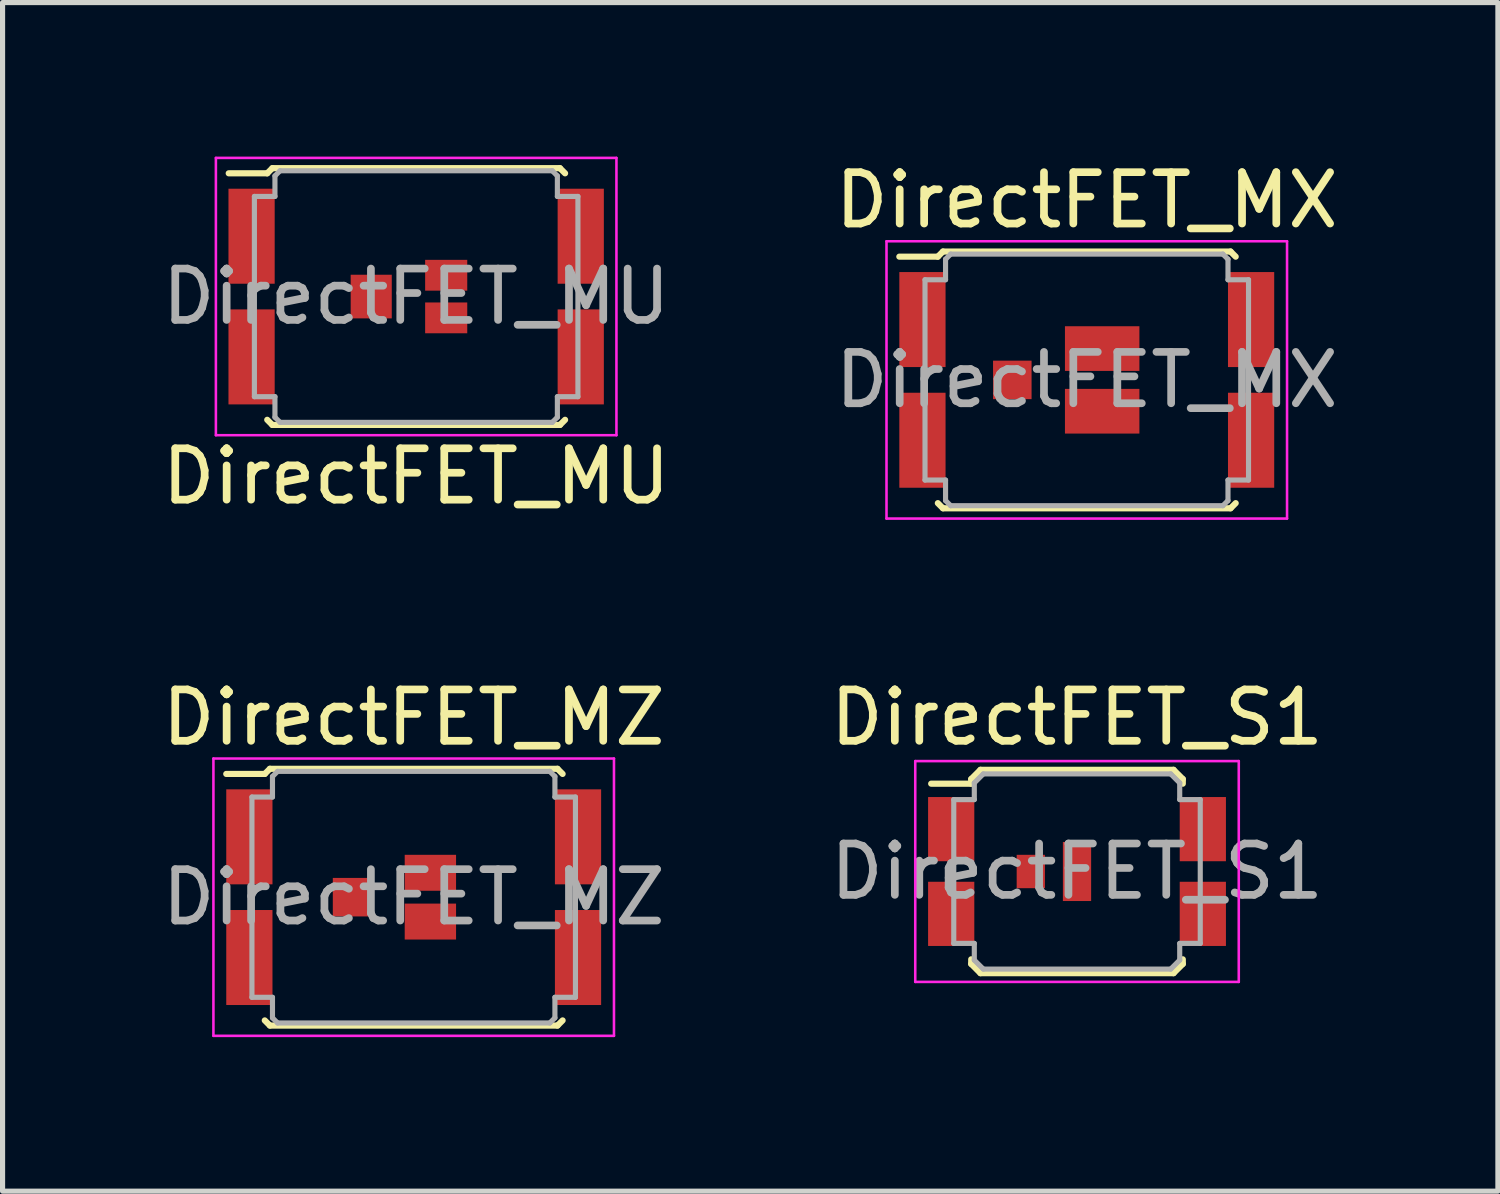
<source format=kicad_pcb>
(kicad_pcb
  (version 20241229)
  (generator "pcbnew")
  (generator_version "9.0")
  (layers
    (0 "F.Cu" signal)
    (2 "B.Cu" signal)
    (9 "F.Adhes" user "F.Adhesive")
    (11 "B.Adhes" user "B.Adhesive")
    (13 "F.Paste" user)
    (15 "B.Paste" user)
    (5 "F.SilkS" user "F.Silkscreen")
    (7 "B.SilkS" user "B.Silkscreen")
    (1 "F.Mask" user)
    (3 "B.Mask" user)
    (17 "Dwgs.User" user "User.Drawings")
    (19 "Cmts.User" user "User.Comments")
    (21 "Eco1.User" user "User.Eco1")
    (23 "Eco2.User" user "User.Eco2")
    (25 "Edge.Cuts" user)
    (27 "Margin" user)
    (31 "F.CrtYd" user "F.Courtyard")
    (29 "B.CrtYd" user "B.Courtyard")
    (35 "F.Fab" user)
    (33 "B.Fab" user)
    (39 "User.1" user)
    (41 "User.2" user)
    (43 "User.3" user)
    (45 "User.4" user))
  (footprint "DirectFET_MZ"
    (layer "F.Cu")
    (at 5.006 14.421)
    (property "Reference" "DirectFET_MZ" (at 0 -3.5 0) (layer "F.SilkS") (effects (font (size 1 1) (thickness 0.15))))
    (attr smd)
    (fp_line (start -3.65 -2.4) (end -2.9 -2.4) (stroke (width 0.12) (type solid)) (layer "F.SilkS"))
    (fp_line (start -2.9 -2.4) (end -2.8 -2.5) (stroke (width 0.12) (type solid)) (layer "F.SilkS"))
    (fp_line (start -2.8 -2.5) (end 2.8 -2.5) (stroke (width 0.12) (type solid)) (layer "F.SilkS"))
    (fp_line (start -2.8 2.5) (end -2.9 2.4) (stroke (width 0.12) (type solid)) (layer "F.SilkS"))
    (fp_line (start 2.8 -2.5) (end 2.9 -2.4) (stroke (width 0.12) (type solid)) (layer "F.SilkS"))
    (fp_line (start 2.8 2.5) (end -2.8 2.5) (stroke (width 0.12) (type solid)) (layer "F.SilkS"))
    (fp_line (start 2.9 2.4) (end 2.8 2.5) (stroke (width 0.12) (type solid)) (layer "F.SilkS"))
    (fp_line (start -3.9 -2.7) (end -3.9 2.7) (stroke (width 0.05) (type solid)) (layer "F.CrtYd"))
    (fp_line (start -3.9 2.7) (end 3.9 2.7) (stroke (width 0.05) (type solid)) (layer "F.CrtYd"))
    (fp_line (start 3.9 -2.7) (end -3.9 -2.7) (stroke (width 0.05) (type solid)) (layer "F.CrtYd"))
    (fp_line (start 3.9 2.7) (end 3.9 -2.7) (stroke (width 0.05) (type solid)) (layer "F.CrtYd"))
    (fp_line (start -3.15 -1.95) (end -2.75 -1.95) (stroke (width 0.1) (type solid)) (layer "F.Fab"))
    (fp_line (start -3.15 1.95) (end -3.15 -1.95) (stroke (width 0.1) (type solid)) (layer "F.Fab"))
    (fp_line (start -3.15 1.95) (end -2.75 1.95) (stroke (width 0.1) (type solid)) (layer "F.Fab"))
    (fp_line (start -2.75 -2.35) (end -2.65 -2.45) (stroke (width 0.1) (type solid)) (layer "F.Fab"))
    (fp_line (start -2.75 -1.95) (end -2.75 -2.35) (stroke (width 0.1) (type solid)) (layer "F.Fab"))
    (fp_line (start -2.75 1.95) (end -2.75 2.35) (stroke (width 0.1) (type solid)) (layer "F.Fab"))
    (fp_line (start -2.75 2.35) (end -2.65 2.45) (stroke (width 0.1) (type solid)) (layer "F.Fab"))
    (fp_line (start -2.65 2.45) (end 2.65 2.45) (stroke (width 0.1) (type solid)) (layer "F.Fab"))
    (fp_line (start 2.65 -2.45) (end -2.65 -2.45) (stroke (width 0.1) (type solid)) (layer "F.Fab"))
    (fp_line (start 2.65 -2.45) (end 2.75 -2.35) (stroke (width 0.1) (type solid)) (layer "F.Fab"))
    (fp_line (start 2.75 -2.35) (end 2.75 -1.95) (stroke (width 0.1) (type solid)) (layer "F.Fab"))
    (fp_line (start 2.75 -1.95) (end 3.15 -1.95) (stroke (width 0.1) (type solid)) (layer "F.Fab"))
    (fp_line (start 2.75 1.95) (end 2.75 2.35) (stroke (width 0.1) (type solid)) (layer "F.Fab"))
    (fp_line (start 2.75 2.35) (end 2.65 2.45) (stroke (width 0.1) (type solid)) (layer "F.Fab"))
    (fp_line (start 3.15 -1.95) (end 3.15 1.95) (stroke (width 0.1) (type solid)) (layer "F.Fab"))
    (fp_line (start 3.15 1.95) (end 2.75 1.95) (stroke (width 0.1) (type solid)) (layer "F.Fab"))
    (fp_text user "${REFERENCE}" (at 0 0 0) (layer "F.Fab") (effects (font (size 1 1) (thickness 0.15))))
    (pad "1" smd rect (at -3.2 -1.175) (size 0.9 1.85) (layers "F.Cu" "F.Mask" "F.Paste"))
    (pad "1" smd rect (at -3.2 1.175) (size 0.9 1.85) (layers "F.Cu" "F.Mask" "F.Paste"))
    (pad "1" smd rect (at 3.2 -1.175) (size 0.9 1.85) (layers "F.Cu" "F.Mask" "F.Paste"))
    (pad "1" smd rect (at 3.2 1.175) (size 0.9 1.85) (layers "F.Cu" "F.Mask" "F.Paste"))
    (pad "2" smd rect (at -1.2 0) (size 0.75 0.75) (layers "F.Cu" "F.Mask" "F.Paste"))
    (pad "3" smd rect (at 0.325 -0.475) (size 1 0.7) (layers "F.Cu" "F.Mask" "F.Paste"))
    (pad "3" smd rect (at 0.325 0.475) (size 1 0.7) (layers "F.Cu" "F.Mask" "F.Paste")))
  (footprint "DirectFET_MU"
    (layer "F.Cu")
    (at 5.054 2.725)
    (property "Reference" "DirectFET_MU" (at 0 3.5 0) (layer "F.SilkS") (effects (font (size 1 1) (thickness 0.15))))
    (attr smd)
    (fp_line (start -3.65 -2.4) (end -2.9 -2.4) (stroke (width 0.12) (type solid)) (layer "F.SilkS"))
    (fp_line (start -2.9 -2.4) (end -2.8 -2.5) (stroke (width 0.12) (type solid)) (layer "F.SilkS"))
    (fp_line (start -2.8 -2.5) (end 2.8 -2.5) (stroke (width 0.12) (type solid)) (layer "F.SilkS"))
    (fp_line (start -2.8 2.5) (end -2.9 2.4) (stroke (width 0.12) (type solid)) (layer "F.SilkS"))
    (fp_line (start 2.8 -2.5) (end 2.9 -2.4) (stroke (width 0.12) (type solid)) (layer "F.SilkS"))
    (fp_line (start 2.8 2.5) (end -2.8 2.5) (stroke (width 0.12) (type solid)) (layer "F.SilkS"))
    (fp_line (start 2.9 2.4) (end 2.8 2.5) (stroke (width 0.12) (type solid)) (layer "F.SilkS"))
    (fp_line (start -3.9 -2.7) (end -3.9 2.7) (stroke (width 0.05) (type solid)) (layer "F.CrtYd"))
    (fp_line (start -3.9 2.7) (end 3.9 2.7) (stroke (width 0.05) (type solid)) (layer "F.CrtYd"))
    (fp_line (start 3.9 -2.7) (end -3.9 -2.7) (stroke (width 0.05) (type solid)) (layer "F.CrtYd"))
    (fp_line (start 3.9 2.7) (end 3.9 -2.7) (stroke (width 0.05) (type solid)) (layer "F.CrtYd"))
    (fp_line (start -3.15 -1.95) (end -2.75 -1.95) (stroke (width 0.1) (type solid)) (layer "F.Fab"))
    (fp_line (start -3.15 1.95) (end -3.15 -1.95) (stroke (width 0.1) (type solid)) (layer "F.Fab"))
    (fp_line (start -3.15 1.95) (end -2.75 1.95) (stroke (width 0.1) (type solid)) (layer "F.Fab"))
    (fp_line (start -2.75 -2.35) (end -2.65 -2.45) (stroke (width 0.1) (type solid)) (layer "F.Fab"))
    (fp_line (start -2.75 -1.95) (end -2.75 -2.35) (stroke (width 0.1) (type solid)) (layer "F.Fab"))
    (fp_line (start -2.75 1.95) (end -2.75 2.35) (stroke (width 0.1) (type solid)) (layer "F.Fab"))
    (fp_line (start -2.75 2.35) (end -2.65 2.45) (stroke (width 0.1) (type solid)) (layer "F.Fab"))
    (fp_line (start -2.65 2.45) (end 2.65 2.45) (stroke (width 0.1) (type solid)) (layer "F.Fab"))
    (fp_line (start 2.65 -2.45) (end -2.65 -2.45) (stroke (width 0.1) (type solid)) (layer "F.Fab"))
    (fp_line (start 2.65 -2.45) (end 2.75 -2.35) (stroke (width 0.1) (type solid)) (layer "F.Fab"))
    (fp_line (start 2.75 -2.35) (end 2.75 -1.95) (stroke (width 0.1) (type solid)) (layer "F.Fab"))
    (fp_line (start 2.75 -1.95) (end 3.15 -1.95) (stroke (width 0.1) (type solid)) (layer "F.Fab"))
    (fp_line (start 2.75 1.95) (end 2.75 2.35) (stroke (width 0.1) (type solid)) (layer "F.Fab"))
    (fp_line (start 2.75 2.35) (end 2.65 2.45) (stroke (width 0.1) (type solid)) (layer "F.Fab"))
    (fp_line (start 3.15 -1.95) (end 3.15 1.95) (stroke (width 0.1) (type solid)) (layer "F.Fab"))
    (fp_line (start 3.15 1.95) (end 2.75 1.95) (stroke (width 0.1) (type solid)) (layer "F.Fab"))
    (fp_text user "${REFERENCE}" (at 0 0 0) (layer "F.Fab") (effects (font (size 1 1) (thickness 0.15))))
    (pad "1" smd rect (at -3.205 -1.175) (size 0.9 1.85) (layers "F.Cu" "F.Mask" "F.Paste"))
    (pad "1" smd rect (at -3.205 1.175) (size 0.9 1.85) (layers "F.Cu" "F.Mask" "F.Paste"))
    (pad "1" smd rect (at 3.205 -1.175) (size 0.9 1.85) (layers "F.Cu" "F.Mask" "F.Paste"))
    (pad "1" smd rect (at 3.205 1.175) (size 0.9 1.85) (layers "F.Cu" "F.Mask" "F.Paste"))
    (pad "2" smd rect (at -0.875 0) (size 0.8 0.85) (layers "F.Cu" "F.Mask" "F.Paste"))
    (pad "3" smd rect (at 0.585 -0.415) (size 0.82 0.6) (layers "F.Cu" "F.Mask" "F.Paste"))
    (pad "3" smd rect (at 0.585 0.415) (size 0.82 0.6) (layers "F.Cu" "F.Mask" "F.Paste")))
  (footprint "DirectFET_MX"
    (layer "F.Cu")
    (at 18.113 4.348)
    (property "Reference" "DirectFET_MX" (at 0 -3.5 0) (layer "F.SilkS") (effects (font (size 1 1) (thickness 0.15))))
    (attr smd)
    (fp_line (start -3.65 -2.4) (end -2.9 -2.4) (stroke (width 0.12) (type solid)) (layer "F.SilkS"))
    (fp_line (start -2.9 -2.4) (end -2.8 -2.5) (stroke (width 0.12) (type solid)) (layer "F.SilkS"))
    (fp_line (start -2.8 -2.5) (end 2.8 -2.5) (stroke (width 0.12) (type solid)) (layer "F.SilkS"))
    (fp_line (start -2.8 2.5) (end -2.9 2.4) (stroke (width 0.12) (type solid)) (layer "F.SilkS"))
    (fp_line (start 2.8 -2.5) (end 2.9 -2.4) (stroke (width 0.12) (type solid)) (layer "F.SilkS"))
    (fp_line (start 2.8 2.5) (end -2.8 2.5) (stroke (width 0.12) (type solid)) (layer "F.SilkS"))
    (fp_line (start 2.9 2.4) (end 2.8 2.5) (stroke (width 0.12) (type solid)) (layer "F.SilkS"))
    (fp_line (start -3.9 -2.7) (end -3.9 2.7) (stroke (width 0.05) (type solid)) (layer "F.CrtYd"))
    (fp_line (start -3.9 2.7) (end 3.9 2.7) (stroke (width 0.05) (type solid)) (layer "F.CrtYd"))
    (fp_line (start 3.9 -2.7) (end -3.9 -2.7) (stroke (width 0.05) (type solid)) (layer "F.CrtYd"))
    (fp_line (start 3.9 2.7) (end 3.9 -2.7) (stroke (width 0.05) (type solid)) (layer "F.CrtYd"))
    (fp_line (start -3.15 -1.95) (end -2.75 -1.95) (stroke (width 0.1) (type solid)) (layer "F.Fab"))
    (fp_line (start -3.15 1.95) (end -3.15 -1.95) (stroke (width 0.1) (type solid)) (layer "F.Fab"))
    (fp_line (start -3.15 1.95) (end -2.75 1.95) (stroke (width 0.1) (type solid)) (layer "F.Fab"))
    (fp_line (start -2.75 -2.35) (end -2.65 -2.45) (stroke (width 0.1) (type solid)) (layer "F.Fab"))
    (fp_line (start -2.75 -1.95) (end -2.75 -2.35) (stroke (width 0.1) (type solid)) (layer "F.Fab"))
    (fp_line (start -2.75 1.95) (end -2.75 2.35) (stroke (width 0.1) (type solid)) (layer "F.Fab"))
    (fp_line (start -2.75 2.35) (end -2.65 2.45) (stroke (width 0.1) (type solid)) (layer "F.Fab"))
    (fp_line (start -2.65 2.45) (end 2.65 2.45) (stroke (width 0.1) (type solid)) (layer "F.Fab"))
    (fp_line (start 2.65 -2.45) (end -2.65 -2.45) (stroke (width 0.1) (type solid)) (layer "F.Fab"))
    (fp_line (start 2.65 -2.45) (end 2.75 -2.35) (stroke (width 0.1) (type solid)) (layer "F.Fab"))
    (fp_line (start 2.75 -2.35) (end 2.75 -1.95) (stroke (width 0.1) (type solid)) (layer "F.Fab"))
    (fp_line (start 2.75 -1.95) (end 3.15 -1.95) (stroke (width 0.1) (type solid)) (layer "F.Fab"))
    (fp_line (start 2.75 1.95) (end 2.75 2.35) (stroke (width 0.1) (type solid)) (layer "F.Fab"))
    (fp_line (start 2.75 2.35) (end 2.65 2.45) (stroke (width 0.1) (type solid)) (layer "F.Fab"))
    (fp_line (start 3.15 -1.95) (end 3.15 1.95) (stroke (width 0.1) (type solid)) (layer "F.Fab"))
    (fp_line (start 3.15 1.95) (end 2.75 1.95) (stroke (width 0.1) (type solid)) (layer "F.Fab"))
    (fp_text user "${REFERENCE}" (at 0 0 0) (layer "F.Fab") (effects (font (size 1 1) (thickness 0.15))))
    (pad "1" smd rect (at -3.2 -1.175) (size 0.9 1.85) (layers "F.Cu" "F.Mask" "F.Paste"))
    (pad "1" smd rect (at -3.2 1.175) (size 0.9 1.85) (layers "F.Cu" "F.Mask" "F.Paste"))
    (pad "1" smd rect (at 3.2 -1.175) (size 0.9 1.85) (layers "F.Cu" "F.Mask" "F.Paste"))
    (pad "1" smd rect (at 3.2 1.175) (size 0.9 1.85) (layers "F.Cu" "F.Mask" "F.Paste"))
    (pad "2" smd rect (at -1.45 0) (size 0.75 0.75) (layers "F.Cu" "F.Mask" "F.Paste"))
    (pad "3" smd rect (at 0.3 -0.61) (size 1.45 0.87) (layers "F.Cu" "F.Mask" "F.Paste"))
    (pad "3" smd rect (at 0.3 0.61) (size 1.45 0.87) (layers "F.Cu" "F.Mask" "F.Paste")))
  (footprint "DirectFET_S1"
    (layer "F.Cu")
    (at 17.923 13.921)
    (property "Reference" "DirectFET_S1" (at 0 -3 0) (layer "F.SilkS") (effects (font (size 1 1) (thickness 0.15))))
    (attr smd)
    (fp_line (start -2.84 -1.71) (end -2.06 -1.71) (stroke (width 0.12) (type solid)) (layer "F.SilkS"))
    (fp_line (start -2.06 -1.8) (end -1.88 -1.98) (stroke (width 0.12) (type solid)) (layer "F.SilkS"))
    (fp_line (start -2.06 -1.71) (end -2.06 -1.8) (stroke (width 0.12) (type solid)) (layer "F.SilkS"))
    (fp_line (start -2.06 1.71) (end -2.06 1.8) (stroke (width 0.12) (type solid)) (layer "F.SilkS"))
    (fp_line (start -2.06 1.8) (end -1.88 1.98) (stroke (width 0.12) (type solid)) (layer "F.SilkS"))
    (fp_line (start -1.88 -1.98) (end 1.88 -1.98) (stroke (width 0.12) (type solid)) (layer "F.SilkS"))
    (fp_line (start -1.88 1.98) (end 1.88 1.98) (stroke (width 0.12) (type solid)) (layer "F.SilkS"))
    (fp_line (start 2.06 -1.8) (end 1.88 -1.98) (stroke (width 0.12) (type solid)) (layer "F.SilkS"))
    (fp_line (start 2.06 -1.71) (end 2.06 -1.8) (stroke (width 0.12) (type solid)) (layer "F.SilkS"))
    (fp_line (start 2.06 1.71) (end 2.06 1.8) (stroke (width 0.12) (type solid)) (layer "F.SilkS"))
    (fp_line (start 2.06 1.8) (end 1.88 1.98) (stroke (width 0.12) (type solid)) (layer "F.SilkS"))
    (fp_line (start -3.15 -2.15) (end -3.15 2.15) (stroke (width 0.05) (type solid)) (layer "F.CrtYd"))
    (fp_line (start -3.15 -2.15) (end 3.15 -2.15) (stroke (width 0.05) (type solid)) (layer "F.CrtYd"))
    (fp_line (start -3.15 2.15) (end 3.15 2.15) (stroke (width 0.05) (type solid)) (layer "F.CrtYd"))
    (fp_line (start 3.15 -2.15) (end 3.15 2.15) (stroke (width 0.05) (type solid)) (layer "F.CrtYd"))
    (fp_line (start -2.4 -1.4) (end -2 -1.4) (stroke (width 0.1) (type solid)) (layer "F.Fab"))
    (fp_line (start -2.4 1.4) (end -2.4 -1.4) (stroke (width 0.1) (type solid)) (layer "F.Fab"))
    (fp_line (start -2.4 1.4) (end -2 1.4) (stroke (width 0.1) (type solid)) (layer "F.Fab"))
    (fp_line (start -2 -1.725) (end -1.825 -1.9) (stroke (width 0.1) (type solid)) (layer "F.Fab"))
    (fp_line (start -2 -1.4) (end -2 -1.725) (stroke (width 0.1) (type solid)) (layer "F.Fab"))
    (fp_line (start -2 1.4) (end -2 1.725) (stroke (width 0.1) (type solid)) (layer "F.Fab"))
    (fp_line (start -2 1.725) (end -1.825 1.9) (stroke (width 0.1) (type solid)) (layer "F.Fab"))
    (fp_line (start -1.825 -1.9) (end 1.825 -1.9) (stroke (width 0.1) (type solid)) (layer "F.Fab"))
    (fp_line (start -1.825 1.9) (end 1.825 1.9) (stroke (width 0.1) (type solid)) (layer "F.Fab"))
    (fp_line (start 1.825 -1.9) (end 2 -1.725) (stroke (width 0.1) (type solid)) (layer "F.Fab"))
    (fp_line (start 1.825 1.9) (end 2 1.725) (stroke (width 0.1) (type solid)) (layer "F.Fab"))
    (fp_line (start 2 -1.4) (end 2 -1.725) (stroke (width 0.1) (type solid)) (layer "F.Fab"))
    (fp_line (start 2 1.4) (end 2 1.725) (stroke (width 0.1) (type solid)) (layer "F.Fab"))
    (fp_line (start 2.4 -1.4) (end 2 -1.4) (stroke (width 0.1) (type solid)) (layer "F.Fab"))
    (fp_line (start 2.4 1.4) (end 2 1.4) (stroke (width 0.1) (type solid)) (layer "F.Fab"))
    (fp_line (start 2.4 1.4) (end 2.4 -1.4) (stroke (width 0.1) (type solid)) (layer "F.Fab"))
    (fp_text user "${REFERENCE}" (at 0 0 0) (layer "F.Fab") (effects (font (size 1 1) (thickness 0.15))))
    (pad "1" smd rect (at -2.45 -0.825) (size 0.9 1.25) (layers "F.Cu" "F.Mask" "F.Paste"))
    (pad "1" smd rect (at -2.45 0.825) (size 0.9 1.25) (layers "F.Cu" "F.Mask" "F.Paste"))
    (pad "1" smd rect (at 2.45 -0.825) (size 0.9 1.25) (layers "F.Cu" "F.Mask" "F.Paste"))
    (pad "1" smd rect (at 2.45 0.825) (size 0.9 1.25) (layers "F.Cu" "F.Mask" "F.Paste"))
    (pad "2" smd rect (at -0.9 0) (size 0.55 0.65) (layers "F.Cu" "F.Mask" "F.Paste"))
    (pad "3" smd rect (at 0 0) (size 0.55 1.15) (layers "F.Cu" "F.Mask" "F.Paste")))
  (gr_rect
    (start -3 -3)
    (end 26.119 20.146)
    (stroke (width 0.1) (type default))
    (fill no)
    (layer "Edge.Cuts")))
</source>
